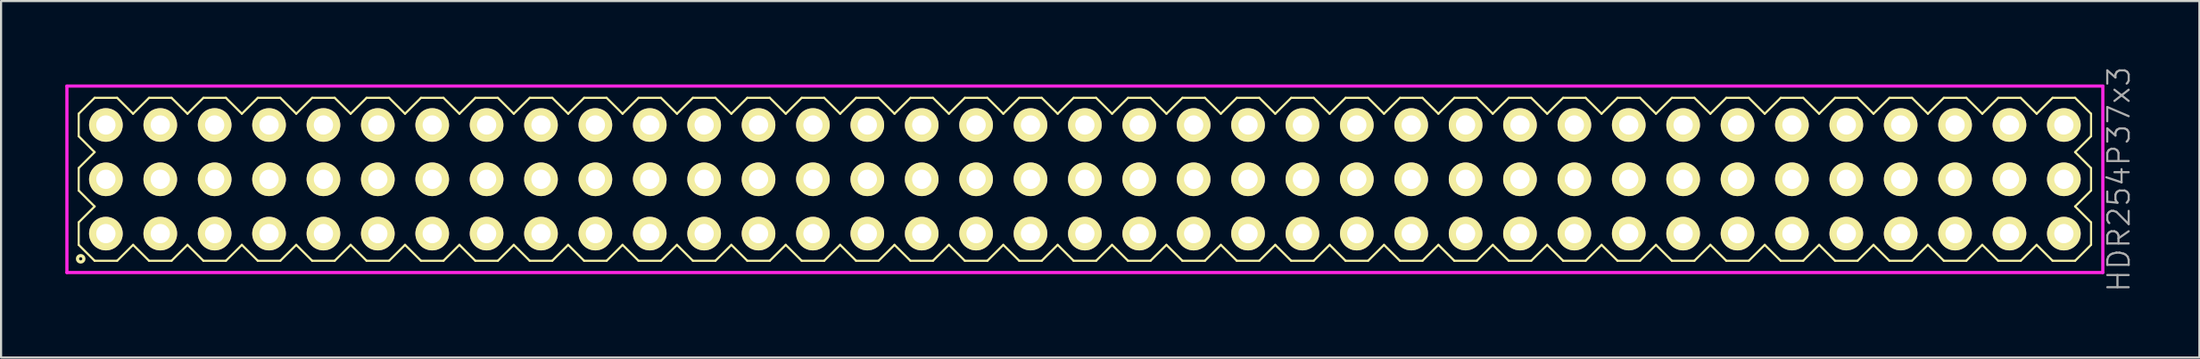
<source format=kicad_pcb>
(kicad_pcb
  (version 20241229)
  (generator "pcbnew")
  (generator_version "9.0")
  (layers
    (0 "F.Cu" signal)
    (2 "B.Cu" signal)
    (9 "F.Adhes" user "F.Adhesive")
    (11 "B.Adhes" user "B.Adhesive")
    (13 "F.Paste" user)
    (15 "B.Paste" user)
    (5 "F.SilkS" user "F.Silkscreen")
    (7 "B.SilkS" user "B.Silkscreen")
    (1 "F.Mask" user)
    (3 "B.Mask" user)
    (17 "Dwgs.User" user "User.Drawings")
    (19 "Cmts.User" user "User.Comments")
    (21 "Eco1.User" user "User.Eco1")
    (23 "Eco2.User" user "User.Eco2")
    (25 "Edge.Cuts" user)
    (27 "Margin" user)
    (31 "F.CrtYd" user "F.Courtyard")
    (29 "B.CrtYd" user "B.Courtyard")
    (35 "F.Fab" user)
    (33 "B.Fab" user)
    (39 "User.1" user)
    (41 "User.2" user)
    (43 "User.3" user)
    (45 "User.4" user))
  (footprint "HDR254P37x3"
    (layer "F.Cu")
    (at 47.615 5.336)
    (property "Reference" "HDR254P37x3" (at 48.29 0 90) (layer "F.Fab") (effects (font (size 1 1) (thickness 0.1))))
    (attr through_hole)
    (fp_line (start -46.99 -3.066) (end -46.246 -3.81) (stroke (width 0.1) (type solid)) (layer "F.SilkS"))
    (fp_line (start -46.99 -2.014) (end -46.99 -3.066) (stroke (width 0.1) (type solid)) (layer "F.SilkS"))
    (fp_line (start -46.99 -0.526) (end -46.246 -1.27) (stroke (width 0.1) (type solid)) (layer "F.SilkS"))
    (fp_line (start -46.99 0.526) (end -46.99 -0.526) (stroke (width 0.1) (type solid)) (layer "F.SilkS"))
    (fp_line (start -46.99 2.014) (end -46.246 1.27) (stroke (width 0.1) (type solid)) (layer "F.SilkS"))
    (fp_line (start -46.99 3.066) (end -46.99 2.014) (stroke (width 0.1) (type solid)) (layer "F.SilkS"))
    (fp_line (start -46.246 -3.81) (end -45.194 -3.81) (stroke (width 0.1) (type solid)) (layer "F.SilkS"))
    (fp_line (start -46.246 -1.27) (end -46.99 -2.014) (stroke (width 0.1) (type solid)) (layer "F.SilkS"))
    (fp_line (start -46.246 1.27) (end -46.99 0.526) (stroke (width 0.1) (type solid)) (layer "F.SilkS"))
    (fp_line (start -46.246 3.81) (end -46.99 3.066) (stroke (width 0.1) (type solid)) (layer "F.SilkS"))
    (fp_line (start -45.194 -3.81) (end -44.45 -3.066) (stroke (width 0.1) (type solid)) (layer "F.SilkS"))
    (fp_line (start -45.194 3.81) (end -46.246 3.81) (stroke (width 0.1) (type solid)) (layer "F.SilkS"))
    (fp_line (start -44.45 -3.066) (end -43.706 -3.81) (stroke (width 0.1) (type solid)) (layer "F.SilkS"))
    (fp_line (start -44.45 3.066) (end -45.194 3.81) (stroke (width 0.1) (type solid)) (layer "F.SilkS"))
    (fp_line (start -43.706 -3.81) (end -42.654 -3.81) (stroke (width 0.1) (type solid)) (layer "F.SilkS"))
    (fp_line (start -43.706 3.81) (end -44.45 3.066) (stroke (width 0.1) (type solid)) (layer "F.SilkS"))
    (fp_line (start -42.654 -3.81) (end -41.91 -3.066) (stroke (width 0.1) (type solid)) (layer "F.SilkS"))
    (fp_line (start -42.654 3.81) (end -43.706 3.81) (stroke (width 0.1) (type solid)) (layer "F.SilkS"))
    (fp_line (start -41.91 -3.066) (end -41.166 -3.81) (stroke (width 0.1) (type solid)) (layer "F.SilkS"))
    (fp_line (start -41.91 3.066) (end -42.654 3.81) (stroke (width 0.1) (type solid)) (layer "F.SilkS"))
    (fp_line (start -41.166 -3.81) (end -40.114 -3.81) (stroke (width 0.1) (type solid)) (layer "F.SilkS"))
    (fp_line (start -41.166 3.81) (end -41.91 3.066) (stroke (width 0.1) (type solid)) (layer "F.SilkS"))
    (fp_line (start -40.114 -3.81) (end -39.37 -3.066) (stroke (width 0.1) (type solid)) (layer "F.SilkS"))
    (fp_line (start -40.114 3.81) (end -41.166 3.81) (stroke (width 0.1) (type solid)) (layer "F.SilkS"))
    (fp_line (start -39.37 -3.066) (end -38.626 -3.81) (stroke (width 0.1) (type solid)) (layer "F.SilkS"))
    (fp_line (start -39.37 3.066) (end -40.114 3.81) (stroke (width 0.1) (type solid)) (layer "F.SilkS"))
    (fp_line (start -38.626 -3.81) (end -37.574 -3.81) (stroke (width 0.1) (type solid)) (layer "F.SilkS"))
    (fp_line (start -38.626 3.81) (end -39.37 3.066) (stroke (width 0.1) (type solid)) (layer "F.SilkS"))
    (fp_line (start -37.574 -3.81) (end -36.83 -3.066) (stroke (width 0.1) (type solid)) (layer "F.SilkS"))
    (fp_line (start -37.574 3.81) (end -38.626 3.81) (stroke (width 0.1) (type solid)) (layer "F.SilkS"))
    (fp_line (start -36.83 -3.066) (end -36.086 -3.81) (stroke (width 0.1) (type solid)) (layer "F.SilkS"))
    (fp_line (start -36.83 3.066) (end -37.574 3.81) (stroke (width 0.1) (type solid)) (layer "F.SilkS"))
    (fp_line (start -36.086 -3.81) (end -35.034 -3.81) (stroke (width 0.1) (type solid)) (layer "F.SilkS"))
    (fp_line (start -36.086 3.81) (end -36.83 3.066) (stroke (width 0.1) (type solid)) (layer "F.SilkS"))
    (fp_line (start -35.034 -3.81) (end -34.29 -3.066) (stroke (width 0.1) (type solid)) (layer "F.SilkS"))
    (fp_line (start -35.034 3.81) (end -36.086 3.81) (stroke (width 0.1) (type solid)) (layer "F.SilkS"))
    (fp_line (start -34.29 -3.066) (end -33.546 -3.81) (stroke (width 0.1) (type solid)) (layer "F.SilkS"))
    (fp_line (start -34.29 3.066) (end -35.034 3.81) (stroke (width 0.1) (type solid)) (layer "F.SilkS"))
    (fp_line (start -33.546 -3.81) (end -32.494 -3.81) (stroke (width 0.1) (type solid)) (layer "F.SilkS"))
    (fp_line (start -33.546 3.81) (end -34.29 3.066) (stroke (width 0.1) (type solid)) (layer "F.SilkS"))
    (fp_line (start -32.494 -3.81) (end -31.75 -3.066) (stroke (width 0.1) (type solid)) (layer "F.SilkS"))
    (fp_line (start -32.494 3.81) (end -33.546 3.81) (stroke (width 0.1) (type solid)) (layer "F.SilkS"))
    (fp_line (start -31.75 -3.066) (end -31.006 -3.81) (stroke (width 0.1) (type solid)) (layer "F.SilkS"))
    (fp_line (start -31.75 3.066) (end -32.494 3.81) (stroke (width 0.1) (type solid)) (layer "F.SilkS"))
    (fp_line (start -31.006 -3.81) (end -29.954 -3.81) (stroke (width 0.1) (type solid)) (layer "F.SilkS"))
    (fp_line (start -31.006 3.81) (end -31.75 3.066) (stroke (width 0.1) (type solid)) (layer "F.SilkS"))
    (fp_line (start -29.954 -3.81) (end -29.21 -3.066) (stroke (width 0.1) (type solid)) (layer "F.SilkS"))
    (fp_line (start -29.954 3.81) (end -31.006 3.81) (stroke (width 0.1) (type solid)) (layer "F.SilkS"))
    (fp_line (start -29.21 -3.066) (end -28.466 -3.81) (stroke (width 0.1) (type solid)) (layer "F.SilkS"))
    (fp_line (start -29.21 3.066) (end -29.954 3.81) (stroke (width 0.1) (type solid)) (layer "F.SilkS"))
    (fp_line (start -28.466 -3.81) (end -27.414 -3.81) (stroke (width 0.1) (type solid)) (layer "F.SilkS"))
    (fp_line (start -28.466 3.81) (end -29.21 3.066) (stroke (width 0.1) (type solid)) (layer "F.SilkS"))
    (fp_line (start -27.414 -3.81) (end -26.67 -3.066) (stroke (width 0.1) (type solid)) (layer "F.SilkS"))
    (fp_line (start -27.414 3.81) (end -28.466 3.81) (stroke (width 0.1) (type solid)) (layer "F.SilkS"))
    (fp_line (start -26.67 -3.066) (end -25.926 -3.81) (stroke (width 0.1) (type solid)) (layer "F.SilkS"))
    (fp_line (start -26.67 3.066) (end -27.414 3.81) (stroke (width 0.1) (type solid)) (layer "F.SilkS"))
    (fp_line (start -25.926 -3.81) (end -24.874 -3.81) (stroke (width 0.1) (type solid)) (layer "F.SilkS"))
    (fp_line (start -25.926 3.81) (end -26.67 3.066) (stroke (width 0.1) (type solid)) (layer "F.SilkS"))
    (fp_line (start -24.874 -3.81) (end -24.13 -3.066) (stroke (width 0.1) (type solid)) (layer "F.SilkS"))
    (fp_line (start -24.874 3.81) (end -25.926 3.81) (stroke (width 0.1) (type solid)) (layer "F.SilkS"))
    (fp_line (start -24.13 -3.066) (end -23.386 -3.81) (stroke (width 0.1) (type solid)) (layer "F.SilkS"))
    (fp_line (start -24.13 3.066) (end -24.874 3.81) (stroke (width 0.1) (type solid)) (layer "F.SilkS"))
    (fp_line (start -23.386 -3.81) (end -22.334 -3.81) (stroke (width 0.1) (type solid)) (layer "F.SilkS"))
    (fp_line (start -23.386 3.81) (end -24.13 3.066) (stroke (width 0.1) (type solid)) (layer "F.SilkS"))
    (fp_line (start -22.334 -3.81) (end -21.59 -3.066) (stroke (width 0.1) (type solid)) (layer "F.SilkS"))
    (fp_line (start -22.334 3.81) (end -23.386 3.81) (stroke (width 0.1) (type solid)) (layer "F.SilkS"))
    (fp_line (start -21.59 -3.066) (end -20.846 -3.81) (stroke (width 0.1) (type solid)) (layer "F.SilkS"))
    (fp_line (start -21.59 3.066) (end -22.334 3.81) (stroke (width 0.1) (type solid)) (layer "F.SilkS"))
    (fp_line (start -20.846 -3.81) (end -19.794 -3.81) (stroke (width 0.1) (type solid)) (layer "F.SilkS"))
    (fp_line (start -20.846 3.81) (end -21.59 3.066) (stroke (width 0.1) (type solid)) (layer "F.SilkS"))
    (fp_line (start -19.794 -3.81) (end -19.05 -3.066) (stroke (width 0.1) (type solid)) (layer "F.SilkS"))
    (fp_line (start -19.794 3.81) (end -20.846 3.81) (stroke (width 0.1) (type solid)) (layer "F.SilkS"))
    (fp_line (start -19.05 -3.066) (end -18.306 -3.81) (stroke (width 0.1) (type solid)) (layer "F.SilkS"))
    (fp_line (start -19.05 3.066) (end -19.794 3.81) (stroke (width 0.1) (type solid)) (layer "F.SilkS"))
    (fp_line (start -18.306 -3.81) (end -17.254 -3.81) (stroke (width 0.1) (type solid)) (layer "F.SilkS"))
    (fp_line (start -18.306 3.81) (end -19.05 3.066) (stroke (width 0.1) (type solid)) (layer "F.SilkS"))
    (fp_line (start -17.254 -3.81) (end -16.51 -3.066) (stroke (width 0.1) (type solid)) (layer "F.SilkS"))
    (fp_line (start -17.254 3.81) (end -18.306 3.81) (stroke (width 0.1) (type solid)) (layer "F.SilkS"))
    (fp_line (start -16.51 -3.066) (end -15.766 -3.81) (stroke (width 0.1) (type solid)) (layer "F.SilkS"))
    (fp_line (start -16.51 3.066) (end -17.254 3.81) (stroke (width 0.1) (type solid)) (layer "F.SilkS"))
    (fp_line (start -15.766 -3.81) (end -14.714 -3.81) (stroke (width 0.1) (type solid)) (layer "F.SilkS"))
    (fp_line (start -15.766 3.81) (end -16.51 3.066) (stroke (width 0.1) (type solid)) (layer "F.SilkS"))
    (fp_line (start -14.714 -3.81) (end -13.97 -3.066) (stroke (width 0.1) (type solid)) (layer "F.SilkS"))
    (fp_line (start -14.714 3.81) (end -15.766 3.81) (stroke (width 0.1) (type solid)) (layer "F.SilkS"))
    (fp_line (start -13.97 -3.066) (end -13.226 -3.81) (stroke (width 0.1) (type solid)) (layer "F.SilkS"))
    (fp_line (start -13.97 3.066) (end -14.714 3.81) (stroke (width 0.1) (type solid)) (layer "F.SilkS"))
    (fp_line (start -13.226 -3.81) (end -12.174 -3.81) (stroke (width 0.1) (type solid)) (layer "F.SilkS"))
    (fp_line (start -13.226 3.81) (end -13.97 3.066) (stroke (width 0.1) (type solid)) (layer "F.SilkS"))
    (fp_line (start -12.174 -3.81) (end -11.43 -3.066) (stroke (width 0.1) (type solid)) (layer "F.SilkS"))
    (fp_line (start -12.174 3.81) (end -13.226 3.81) (stroke (width 0.1) (type solid)) (layer "F.SilkS"))
    (fp_line (start -11.43 -3.066) (end -10.686 -3.81) (stroke (width 0.1) (type solid)) (layer "F.SilkS"))
    (fp_line (start -11.43 3.066) (end -12.174 3.81) (stroke (width 0.1) (type solid)) (layer "F.SilkS"))
    (fp_line (start -10.686 -3.81) (end -9.634 -3.81) (stroke (width 0.1) (type solid)) (layer "F.SilkS"))
    (fp_line (start -10.686 3.81) (end -11.43 3.066) (stroke (width 0.1) (type solid)) (layer "F.SilkS"))
    (fp_line (start -9.634 -3.81) (end -8.89 -3.066) (stroke (width 0.1) (type solid)) (layer "F.SilkS"))
    (fp_line (start -9.634 3.81) (end -10.686 3.81) (stroke (width 0.1) (type solid)) (layer "F.SilkS"))
    (fp_line (start -8.89 -3.066) (end -8.146 -3.81) (stroke (width 0.1) (type solid)) (layer "F.SilkS"))
    (fp_line (start -8.89 3.066) (end -9.634 3.81) (stroke (width 0.1) (type solid)) (layer "F.SilkS"))
    (fp_line (start -8.146 -3.81) (end -7.094 -3.81) (stroke (width 0.1) (type solid)) (layer "F.SilkS"))
    (fp_line (start -8.146 3.81) (end -8.89 3.066) (stroke (width 0.1) (type solid)) (layer "F.SilkS"))
    (fp_line (start -7.094 -3.81) (end -6.35 -3.066) (stroke (width 0.1) (type solid)) (layer "F.SilkS"))
    (fp_line (start -7.094 3.81) (end -8.146 3.81) (stroke (width 0.1) (type solid)) (layer "F.SilkS"))
    (fp_line (start -6.35 -3.066) (end -5.606 -3.81) (stroke (width 0.1) (type solid)) (layer "F.SilkS"))
    (fp_line (start -6.35 3.066) (end -7.094 3.81) (stroke (width 0.1) (type solid)) (layer "F.SilkS"))
    (fp_line (start -5.606 -3.81) (end -4.554 -3.81) (stroke (width 0.1) (type solid)) (layer "F.SilkS"))
    (fp_line (start -5.606 3.81) (end -6.35 3.066) (stroke (width 0.1) (type solid)) (layer "F.SilkS"))
    (fp_line (start -4.554 -3.81) (end -3.81 -3.066) (stroke (width 0.1) (type solid)) (layer "F.SilkS"))
    (fp_line (start -4.554 3.81) (end -5.606 3.81) (stroke (width 0.1) (type solid)) (layer "F.SilkS"))
    (fp_line (start -3.81 -3.066) (end -3.066 -3.81) (stroke (width 0.1) (type solid)) (layer "F.SilkS"))
    (fp_line (start -3.81 3.066) (end -4.554 3.81) (stroke (width 0.1) (type solid)) (layer "F.SilkS"))
    (fp_line (start -3.066 -3.81) (end -2.014 -3.81) (stroke (width 0.1) (type solid)) (layer "F.SilkS"))
    (fp_line (start -3.066 3.81) (end -3.81 3.066) (stroke (width 0.1) (type solid)) (layer "F.SilkS"))
    (fp_line (start -2.014 -3.81) (end -1.27 -3.066) (stroke (width 0.1) (type solid)) (layer "F.SilkS"))
    (fp_line (start -2.014 3.81) (end -3.066 3.81) (stroke (width 0.1) (type solid)) (layer "F.SilkS"))
    (fp_line (start -1.27 -3.066) (end -0.526 -3.81) (stroke (width 0.1) (type solid)) (layer "F.SilkS"))
    (fp_line (start -1.27 3.066) (end -2.014 3.81) (stroke (width 0.1) (type solid)) (layer "F.SilkS"))
    (fp_line (start -0.526 -3.81) (end 0.526 -3.81) (stroke (width 0.1) (type solid)) (layer "F.SilkS"))
    (fp_line (start -0.526 3.81) (end -1.27 3.066) (stroke (width 0.1) (type solid)) (layer "F.SilkS"))
    (fp_line (start 0.526 -3.81) (end 1.27 -3.066) (stroke (width 0.1) (type solid)) (layer "F.SilkS"))
    (fp_line (start 0.526 3.81) (end -0.526 3.81) (stroke (width 0.1) (type solid)) (layer "F.SilkS"))
    (fp_line (start 1.27 -3.066) (end 2.014 -3.81) (stroke (width 0.1) (type solid)) (layer "F.SilkS"))
    (fp_line (start 1.27 3.066) (end 0.526 3.81) (stroke (width 0.1) (type solid)) (layer "F.SilkS"))
    (fp_line (start 2.014 -3.81) (end 3.066 -3.81) (stroke (width 0.1) (type solid)) (layer "F.SilkS"))
    (fp_line (start 2.014 3.81) (end 1.27 3.066) (stroke (width 0.1) (type solid)) (layer "F.SilkS"))
    (fp_line (start 3.066 -3.81) (end 3.81 -3.066) (stroke (width 0.1) (type solid)) (layer "F.SilkS"))
    (fp_line (start 3.066 3.81) (end 2.014 3.81) (stroke (width 0.1) (type solid)) (layer "F.SilkS"))
    (fp_line (start 3.81 -3.066) (end 4.554 -3.81) (stroke (width 0.1) (type solid)) (layer "F.SilkS"))
    (fp_line (start 3.81 3.066) (end 3.066 3.81) (stroke (width 0.1) (type solid)) (layer "F.SilkS"))
    (fp_line (start 4.554 -3.81) (end 5.606 -3.81) (stroke (width 0.1) (type solid)) (layer "F.SilkS"))
    (fp_line (start 4.554 3.81) (end 3.81 3.066) (stroke (width 0.1) (type solid)) (layer "F.SilkS"))
    (fp_line (start 5.606 -3.81) (end 6.35 -3.066) (stroke (width 0.1) (type solid)) (layer "F.SilkS"))
    (fp_line (start 5.606 3.81) (end 4.554 3.81) (stroke (width 0.1) (type solid)) (layer "F.SilkS"))
    (fp_line (start 6.35 -3.066) (end 7.094 -3.81) (stroke (width 0.1) (type solid)) (layer "F.SilkS"))
    (fp_line (start 6.35 3.066) (end 5.606 3.81) (stroke (width 0.1) (type solid)) (layer "F.SilkS"))
    (fp_line (start 7.094 -3.81) (end 8.146 -3.81) (stroke (width 0.1) (type solid)) (layer "F.SilkS"))
    (fp_line (start 7.094 3.81) (end 6.35 3.066) (stroke (width 0.1) (type solid)) (layer "F.SilkS"))
    (fp_line (start 8.146 -3.81) (end 8.89 -3.066) (stroke (width 0.1) (type solid)) (layer "F.SilkS"))
    (fp_line (start 8.146 3.81) (end 7.094 3.81) (stroke (width 0.1) (type solid)) (layer "F.SilkS"))
    (fp_line (start 8.89 -3.066) (end 9.634 -3.81) (stroke (width 0.1) (type solid)) (layer "F.SilkS"))
    (fp_line (start 8.89 3.066) (end 8.146 3.81) (stroke (width 0.1) (type solid)) (layer "F.SilkS"))
    (fp_line (start 9.634 -3.81) (end 10.686 -3.81) (stroke (width 0.1) (type solid)) (layer "F.SilkS"))
    (fp_line (start 9.634 3.81) (end 8.89 3.066) (stroke (width 0.1) (type solid)) (layer "F.SilkS"))
    (fp_line (start 10.686 -3.81) (end 11.43 -3.066) (stroke (width 0.1) (type solid)) (layer "F.SilkS"))
    (fp_line (start 10.686 3.81) (end 9.634 3.81) (stroke (width 0.1) (type solid)) (layer "F.SilkS"))
    (fp_line (start 11.43 -3.066) (end 12.174 -3.81) (stroke (width 0.1) (type solid)) (layer "F.SilkS"))
    (fp_line (start 11.43 3.066) (end 10.686 3.81) (stroke (width 0.1) (type solid)) (layer "F.SilkS"))
    (fp_line (start 12.174 -3.81) (end 13.226 -3.81) (stroke (width 0.1) (type solid)) (layer "F.SilkS"))
    (fp_line (start 12.174 3.81) (end 11.43 3.066) (stroke (width 0.1) (type solid)) (layer "F.SilkS"))
    (fp_line (start 13.226 -3.81) (end 13.97 -3.066) (stroke (width 0.1) (type solid)) (layer "F.SilkS"))
    (fp_line (start 13.226 3.81) (end 12.174 3.81) (stroke (width 0.1) (type solid)) (layer "F.SilkS"))
    (fp_line (start 13.97 -3.066) (end 14.714 -3.81) (stroke (width 0.1) (type solid)) (layer "F.SilkS"))
    (fp_line (start 13.97 3.066) (end 13.226 3.81) (stroke (width 0.1) (type solid)) (layer "F.SilkS"))
    (fp_line (start 14.714 -3.81) (end 15.766 -3.81) (stroke (width 0.1) (type solid)) (layer "F.SilkS"))
    (fp_line (start 14.714 3.81) (end 13.97 3.066) (stroke (width 0.1) (type solid)) (layer "F.SilkS"))
    (fp_line (start 15.766 -3.81) (end 16.51 -3.066) (stroke (width 0.1) (type solid)) (layer "F.SilkS"))
    (fp_line (start 15.766 3.81) (end 14.714 3.81) (stroke (width 0.1) (type solid)) (layer "F.SilkS"))
    (fp_line (start 16.51 -3.066) (end 17.254 -3.81) (stroke (width 0.1) (type solid)) (layer "F.SilkS"))
    (fp_line (start 16.51 3.066) (end 15.766 3.81) (stroke (width 0.1) (type solid)) (layer "F.SilkS"))
    (fp_line (start 17.254 -3.81) (end 18.306 -3.81) (stroke (width 0.1) (type solid)) (layer "F.SilkS"))
    (fp_line (start 17.254 3.81) (end 16.51 3.066) (stroke (width 0.1) (type solid)) (layer "F.SilkS"))
    (fp_line (start 18.306 -3.81) (end 19.05 -3.066) (stroke (width 0.1) (type solid)) (layer "F.SilkS"))
    (fp_line (start 18.306 3.81) (end 17.254 3.81) (stroke (width 0.1) (type solid)) (layer "F.SilkS"))
    (fp_line (start 19.05 -3.066) (end 19.794 -3.81) (stroke (width 0.1) (type solid)) (layer "F.SilkS"))
    (fp_line (start 19.05 3.066) (end 18.306 3.81) (stroke (width 0.1) (type solid)) (layer "F.SilkS"))
    (fp_line (start 19.794 -3.81) (end 20.846 -3.81) (stroke (width 0.1) (type solid)) (layer "F.SilkS"))
    (fp_line (start 19.794 3.81) (end 19.05 3.066) (stroke (width 0.1) (type solid)) (layer "F.SilkS"))
    (fp_line (start 20.846 -3.81) (end 21.59 -3.066) (stroke (width 0.1) (type solid)) (layer "F.SilkS"))
    (fp_line (start 20.846 3.81) (end 19.794 3.81) (stroke (width 0.1) (type solid)) (layer "F.SilkS"))
    (fp_line (start 21.59 -3.066) (end 22.334 -3.81) (stroke (width 0.1) (type solid)) (layer "F.SilkS"))
    (fp_line (start 21.59 3.066) (end 20.846 3.81) (stroke (width 0.1) (type solid)) (layer "F.SilkS"))
    (fp_line (start 22.334 -3.81) (end 23.386 -3.81) (stroke (width 0.1) (type solid)) (layer "F.SilkS"))
    (fp_line (start 22.334 3.81) (end 21.59 3.066) (stroke (width 0.1) (type solid)) (layer "F.SilkS"))
    (fp_line (start 23.386 -3.81) (end 24.13 -3.066) (stroke (width 0.1) (type solid)) (layer "F.SilkS"))
    (fp_line (start 23.386 3.81) (end 22.334 3.81) (stroke (width 0.1) (type solid)) (layer "F.SilkS"))
    (fp_line (start 24.13 -3.066) (end 24.874 -3.81) (stroke (width 0.1) (type solid)) (layer "F.SilkS"))
    (fp_line (start 24.13 3.066) (end 23.386 3.81) (stroke (width 0.1) (type solid)) (layer "F.SilkS"))
    (fp_line (start 24.874 -3.81) (end 25.926 -3.81) (stroke (width 0.1) (type solid)) (layer "F.SilkS"))
    (fp_line (start 24.874 3.81) (end 24.13 3.066) (stroke (width 0.1) (type solid)) (layer "F.SilkS"))
    (fp_line (start 25.926 -3.81) (end 26.67 -3.066) (stroke (width 0.1) (type solid)) (layer "F.SilkS"))
    (fp_line (start 25.926 3.81) (end 24.874 3.81) (stroke (width 0.1) (type solid)) (layer "F.SilkS"))
    (fp_line (start 26.67 -3.066) (end 27.414 -3.81) (stroke (width 0.1) (type solid)) (layer "F.SilkS"))
    (fp_line (start 26.67 3.066) (end 25.926 3.81) (stroke (width 0.1) (type solid)) (layer "F.SilkS"))
    (fp_line (start 27.414 -3.81) (end 28.466 -3.81) (stroke (width 0.1) (type solid)) (layer "F.SilkS"))
    (fp_line (start 27.414 3.81) (end 26.67 3.066) (stroke (width 0.1) (type solid)) (layer "F.SilkS"))
    (fp_line (start 28.466 -3.81) (end 29.21 -3.066) (stroke (width 0.1) (type solid)) (layer "F.SilkS"))
    (fp_line (start 28.466 3.81) (end 27.414 3.81) (stroke (width 0.1) (type solid)) (layer "F.SilkS"))
    (fp_line (start 29.21 -3.066) (end 29.954 -3.81) (stroke (width 0.1) (type solid)) (layer "F.SilkS"))
    (fp_line (start 29.21 3.066) (end 28.466 3.81) (stroke (width 0.1) (type solid)) (layer "F.SilkS"))
    (fp_line (start 29.954 -3.81) (end 31.006 -3.81) (stroke (width 0.1) (type solid)) (layer "F.SilkS"))
    (fp_line (start 29.954 3.81) (end 29.21 3.066) (stroke (width 0.1) (type solid)) (layer "F.SilkS"))
    (fp_line (start 31.006 -3.81) (end 31.75 -3.066) (stroke (width 0.1) (type solid)) (layer "F.SilkS"))
    (fp_line (start 31.006 3.81) (end 29.954 3.81) (stroke (width 0.1) (type solid)) (layer "F.SilkS"))
    (fp_line (start 31.75 -3.066) (end 32.494 -3.81) (stroke (width 0.1) (type solid)) (layer "F.SilkS"))
    (fp_line (start 31.75 3.066) (end 31.006 3.81) (stroke (width 0.1) (type solid)) (layer "F.SilkS"))
    (fp_line (start 32.494 -3.81) (end 33.546 -3.81) (stroke (width 0.1) (type solid)) (layer "F.SilkS"))
    (fp_line (start 32.494 3.81) (end 31.75 3.066) (stroke (width 0.1) (type solid)) (layer "F.SilkS"))
    (fp_line (start 33.546 -3.81) (end 34.29 -3.066) (stroke (width 0.1) (type solid)) (layer "F.SilkS"))
    (fp_line (start 33.546 3.81) (end 32.494 3.81) (stroke (width 0.1) (type solid)) (layer "F.SilkS"))
    (fp_line (start 34.29 -3.066) (end 35.034 -3.81) (stroke (width 0.1) (type solid)) (layer "F.SilkS"))
    (fp_line (start 34.29 3.066) (end 33.546 3.81) (stroke (width 0.1) (type solid)) (layer "F.SilkS"))
    (fp_line (start 35.034 -3.81) (end 36.086 -3.81) (stroke (width 0.1) (type solid)) (layer "F.SilkS"))
    (fp_line (start 35.034 3.81) (end 34.29 3.066) (stroke (width 0.1) (type solid)) (layer "F.SilkS"))
    (fp_line (start 36.086 -3.81) (end 36.83 -3.066) (stroke (width 0.1) (type solid)) (layer "F.SilkS"))
    (fp_line (start 36.086 3.81) (end 35.034 3.81) (stroke (width 0.1) (type solid)) (layer "F.SilkS"))
    (fp_line (start 36.83 -3.066) (end 37.574 -3.81) (stroke (width 0.1) (type solid)) (layer "F.SilkS"))
    (fp_line (start 36.83 3.066) (end 36.086 3.81) (stroke (width 0.1) (type solid)) (layer "F.SilkS"))
    (fp_line (start 37.574 -3.81) (end 38.626 -3.81) (stroke (width 0.1) (type solid)) (layer "F.SilkS"))
    (fp_line (start 37.574 3.81) (end 36.83 3.066) (stroke (width 0.1) (type solid)) (layer "F.SilkS"))
    (fp_line (start 38.626 -3.81) (end 39.37 -3.066) (stroke (width 0.1) (type solid)) (layer "F.SilkS"))
    (fp_line (start 38.626 3.81) (end 37.574 3.81) (stroke (width 0.1) (type solid)) (layer "F.SilkS"))
    (fp_line (start 39.37 -3.066) (end 40.114 -3.81) (stroke (width 0.1) (type solid)) (layer "F.SilkS"))
    (fp_line (start 39.37 3.066) (end 38.626 3.81) (stroke (width 0.1) (type solid)) (layer "F.SilkS"))
    (fp_line (start 40.114 -3.81) (end 41.166 -3.81) (stroke (width 0.1) (type solid)) (layer "F.SilkS"))
    (fp_line (start 40.114 3.81) (end 39.37 3.066) (stroke (width 0.1) (type solid)) (layer "F.SilkS"))
    (fp_line (start 41.166 -3.81) (end 41.91 -3.066) (stroke (width 0.1) (type solid)) (layer "F.SilkS"))
    (fp_line (start 41.166 3.81) (end 40.114 3.81) (stroke (width 0.1) (type solid)) (layer "F.SilkS"))
    (fp_line (start 41.91 -3.066) (end 42.654 -3.81) (stroke (width 0.1) (type solid)) (layer "F.SilkS"))
    (fp_line (start 41.91 3.066) (end 41.166 3.81) (stroke (width 0.1) (type solid)) (layer "F.SilkS"))
    (fp_line (start 42.654 -3.81) (end 43.706 -3.81) (stroke (width 0.1) (type solid)) (layer "F.SilkS"))
    (fp_line (start 42.654 3.81) (end 41.91 3.066) (stroke (width 0.1) (type solid)) (layer "F.SilkS"))
    (fp_line (start 43.706 -3.81) (end 44.45 -3.066) (stroke (width 0.1) (type solid)) (layer "F.SilkS"))
    (fp_line (start 43.706 3.81) (end 42.654 3.81) (stroke (width 0.1) (type solid)) (layer "F.SilkS"))
    (fp_line (start 44.45 -3.066) (end 45.194 -3.81) (stroke (width 0.1) (type solid)) (layer "F.SilkS"))
    (fp_line (start 44.45 3.066) (end 43.706 3.81) (stroke (width 0.1) (type solid)) (layer "F.SilkS"))
    (fp_line (start 45.194 -3.81) (end 46.246 -3.81) (stroke (width 0.1) (type solid)) (layer "F.SilkS"))
    (fp_line (start 45.194 3.81) (end 44.45 3.066) (stroke (width 0.1) (type solid)) (layer "F.SilkS"))
    (fp_line (start 46.246 -3.81) (end 46.99 -3.066) (stroke (width 0.1) (type solid)) (layer "F.SilkS"))
    (fp_line (start 46.246 -1.27) (end 46.99 -0.526) (stroke (width 0.1) (type solid)) (layer "F.SilkS"))
    (fp_line (start 46.246 1.27) (end 46.99 2.014) (stroke (width 0.1) (type solid)) (layer "F.SilkS"))
    (fp_line (start 46.246 3.81) (end 45.194 3.81) (stroke (width 0.1) (type solid)) (layer "F.SilkS"))
    (fp_line (start 46.99 -3.066) (end 46.99 -2.014) (stroke (width 0.1) (type solid)) (layer "F.SilkS"))
    (fp_line (start 46.99 -2.014) (end 46.246 -1.27) (stroke (width 0.1) (type solid)) (layer "F.SilkS"))
    (fp_line (start 46.99 -0.526) (end 46.99 0.526) (stroke (width 0.1) (type solid)) (layer "F.SilkS"))
    (fp_line (start 46.99 0.526) (end 46.246 1.27) (stroke (width 0.1) (type solid)) (layer "F.SilkS"))
    (fp_line (start 46.99 2.014) (end 46.99 3.066) (stroke (width 0.1) (type solid)) (layer "F.SilkS"))
    (fp_line (start 46.99 3.066) (end 46.246 3.81) (stroke (width 0.1) (type solid)) (layer "F.SilkS"))
    (fp_circle (center -46.897 3.718) (end -46.747 3.718) (stroke (width 0.15) (type solid)) (fill no) (layer "F.SilkS"))
    (fp_line (start -47.54 -4.36) (end -47.54 4.36) (stroke (width 0.15) (type solid)) (layer "F.CrtYd"))
    (fp_line (start -47.54 4.36) (end 47.54 4.36) (stroke (width 0.15) (type solid)) (layer "F.CrtYd"))
    (fp_line (start 47.54 -4.36) (end -47.54 -4.36) (stroke (width 0.15) (type solid)) (layer "F.CrtYd"))
    (fp_line (start 47.54 4.36) (end 47.54 -4.36) (stroke (width 0.15) (type solid)) (layer "F.CrtYd"))
    (pad "1" thru_hole oval (at -45.72 2.54) (size 1.57 1.57) (drill 0.9) (layers "*.Cu" "*.Mask" "F.SilkS"))
    (pad "2" thru_hole oval (at -45.72 0) (size 1.57 1.57) (drill 0.9) (layers "*.Cu" "*.Mask" "F.SilkS"))
    (pad "3" thru_hole oval (at -45.72 -2.54) (size 1.57 1.57) (drill 0.9) (layers "*.Cu" "*.Mask" "F.SilkS"))
    (pad "4" thru_hole oval (at -43.18 2.54) (size 1.57 1.57) (drill 0.9) (layers "*.Cu" "*.Mask" "F.SilkS"))
    (pad "5" thru_hole oval (at -43.18 0) (size 1.57 1.57) (drill 0.9) (layers "*.Cu" "*.Mask" "F.SilkS"))
    (pad "6" thru_hole oval (at -43.18 -2.54) (size 1.57 1.57) (drill 0.9) (layers "*.Cu" "*.Mask" "F.SilkS"))
    (pad "7" thru_hole oval (at -40.64 2.54) (size 1.57 1.57) (drill 0.9) (layers "*.Cu" "*.Mask" "F.SilkS"))
    (pad "8" thru_hole oval (at -40.64 0) (size 1.57 1.57) (drill 0.9) (layers "*.Cu" "*.Mask" "F.SilkS"))
    (pad "9" thru_hole oval (at -40.64 -2.54) (size 1.57 1.57) (drill 0.9) (layers "*.Cu" "*.Mask" "F.SilkS"))
    (pad "10" thru_hole oval (at -38.1 2.54) (size 1.57 1.57) (drill 0.9) (layers "*.Cu" "*.Mask" "F.SilkS"))
    (pad "11" thru_hole oval (at -38.1 0) (size 1.57 1.57) (drill 0.9) (layers "*.Cu" "*.Mask" "F.SilkS"))
    (pad "12" thru_hole oval (at -38.1 -2.54) (size 1.57 1.57) (drill 0.9) (layers "*.Cu" "*.Mask" "F.SilkS"))
    (pad "13" thru_hole oval (at -35.56 2.54) (size 1.57 1.57) (drill 0.9) (layers "*.Cu" "*.Mask" "F.SilkS"))
    (pad "14" thru_hole oval (at -35.56 0) (size 1.57 1.57) (drill 0.9) (layers "*.Cu" "*.Mask" "F.SilkS"))
    (pad "15" thru_hole oval (at -35.56 -2.54) (size 1.57 1.57) (drill 0.9) (layers "*.Cu" "*.Mask" "F.SilkS"))
    (pad "16" thru_hole oval (at -33.02 2.54) (size 1.57 1.57) (drill 0.9) (layers "*.Cu" "*.Mask" "F.SilkS"))
    (pad "17" thru_hole oval (at -33.02 0) (size 1.57 1.57) (drill 0.9) (layers "*.Cu" "*.Mask" "F.SilkS"))
    (pad "18" thru_hole oval (at -33.02 -2.54) (size 1.57 1.57) (drill 0.9) (layers "*.Cu" "*.Mask" "F.SilkS"))
    (pad "19" thru_hole oval (at -30.48 2.54) (size 1.57 1.57) (drill 0.9) (layers "*.Cu" "*.Mask" "F.SilkS"))
    (pad "20" thru_hole oval (at -30.48 0) (size 1.57 1.57) (drill 0.9) (layers "*.Cu" "*.Mask" "F.SilkS"))
    (pad "21" thru_hole oval (at -30.48 -2.54) (size 1.57 1.57) (drill 0.9) (layers "*.Cu" "*.Mask" "F.SilkS"))
    (pad "22" thru_hole oval (at -27.94 2.54) (size 1.57 1.57) (drill 0.9) (layers "*.Cu" "*.Mask" "F.SilkS"))
    (pad "23" thru_hole oval (at -27.94 0) (size 1.57 1.57) (drill 0.9) (layers "*.Cu" "*.Mask" "F.SilkS"))
    (pad "24" thru_hole oval (at -27.94 -2.54) (size 1.57 1.57) (drill 0.9) (layers "*.Cu" "*.Mask" "F.SilkS"))
    (pad "25" thru_hole oval (at -25.4 2.54) (size 1.57 1.57) (drill 0.9) (layers "*.Cu" "*.Mask" "F.SilkS"))
    (pad "26" thru_hole oval (at -25.4 0) (size 1.57 1.57) (drill 0.9) (layers "*.Cu" "*.Mask" "F.SilkS"))
    (pad "27" thru_hole oval (at -25.4 -2.54) (size 1.57 1.57) (drill 0.9) (layers "*.Cu" "*.Mask" "F.SilkS"))
    (pad "28" thru_hole oval (at -22.86 2.54) (size 1.57 1.57) (drill 0.9) (layers "*.Cu" "*.Mask" "F.SilkS"))
    (pad "29" thru_hole oval (at -22.86 0) (size 1.57 1.57) (drill 0.9) (layers "*.Cu" "*.Mask" "F.SilkS"))
    (pad "30" thru_hole oval (at -22.86 -2.54) (size 1.57 1.57) (drill 0.9) (layers "*.Cu" "*.Mask" "F.SilkS"))
    (pad "31" thru_hole oval (at -20.32 2.54) (size 1.57 1.57) (drill 0.9) (layers "*.Cu" "*.Mask" "F.SilkS"))
    (pad "32" thru_hole oval (at -20.32 0) (size 1.57 1.57) (drill 0.9) (layers "*.Cu" "*.Mask" "F.SilkS"))
    (pad "33" thru_hole oval (at -20.32 -2.54) (size 1.57 1.57) (drill 0.9) (layers "*.Cu" "*.Mask" "F.SilkS"))
    (pad "34" thru_hole oval (at -17.78 2.54) (size 1.57 1.57) (drill 0.9) (layers "*.Cu" "*.Mask" "F.SilkS"))
    (pad "35" thru_hole oval (at -17.78 0) (size 1.57 1.57) (drill 0.9) (layers "*.Cu" "*.Mask" "F.SilkS"))
    (pad "36" thru_hole oval (at -17.78 -2.54) (size 1.57 1.57) (drill 0.9) (layers "*.Cu" "*.Mask" "F.SilkS"))
    (pad "37" thru_hole oval (at -15.24 2.54) (size 1.57 1.57) (drill 0.9) (layers "*.Cu" "*.Mask" "F.SilkS"))
    (pad "38" thru_hole oval (at -15.24 0) (size 1.57 1.57) (drill 0.9) (layers "*.Cu" "*.Mask" "F.SilkS"))
    (pad "39" thru_hole oval (at -15.24 -2.54) (size 1.57 1.57) (drill 0.9) (layers "*.Cu" "*.Mask" "F.SilkS"))
    (pad "40" thru_hole oval (at -12.7 2.54) (size 1.57 1.57) (drill 0.9) (layers "*.Cu" "*.Mask" "F.SilkS"))
    (pad "41" thru_hole oval (at -12.7 0) (size 1.57 1.57) (drill 0.9) (layers "*.Cu" "*.Mask" "F.SilkS"))
    (pad "42" thru_hole oval (at -12.7 -2.54) (size 1.57 1.57) (drill 0.9) (layers "*.Cu" "*.Mask" "F.SilkS"))
    (pad "43" thru_hole oval (at -10.16 2.54) (size 1.57 1.57) (drill 0.9) (layers "*.Cu" "*.Mask" "F.SilkS"))
    (pad "44" thru_hole oval (at -10.16 0) (size 1.57 1.57) (drill 0.9) (layers "*.Cu" "*.Mask" "F.SilkS"))
    (pad "45" thru_hole oval (at -10.16 -2.54) (size 1.57 1.57) (drill 0.9) (layers "*.Cu" "*.Mask" "F.SilkS"))
    (pad "46" thru_hole oval (at -7.62 2.54) (size 1.57 1.57) (drill 0.9) (layers "*.Cu" "*.Mask" "F.SilkS"))
    (pad "47" thru_hole oval (at -7.62 0) (size 1.57 1.57) (drill 0.9) (layers "*.Cu" "*.Mask" "F.SilkS"))
    (pad "48" thru_hole oval (at -7.62 -2.54) (size 1.57 1.57) (drill 0.9) (layers "*.Cu" "*.Mask" "F.SilkS"))
    (pad "49" thru_hole oval (at -5.08 2.54) (size 1.57 1.57) (drill 0.9) (layers "*.Cu" "*.Mask" "F.SilkS"))
    (pad "50" thru_hole oval (at -5.08 0) (size 1.57 1.57) (drill 0.9) (layers "*.Cu" "*.Mask" "F.SilkS"))
    (pad "51" thru_hole oval (at -5.08 -2.54) (size 1.57 1.57) (drill 0.9) (layers "*.Cu" "*.Mask" "F.SilkS"))
    (pad "52" thru_hole oval (at -2.54 2.54) (size 1.57 1.57) (drill 0.9) (layers "*.Cu" "*.Mask" "F.SilkS"))
    (pad "53" thru_hole oval (at -2.54 0) (size 1.57 1.57) (drill 0.9) (layers "*.Cu" "*.Mask" "F.SilkS"))
    (pad "54" thru_hole oval (at -2.54 -2.54) (size 1.57 1.57) (drill 0.9) (layers "*.Cu" "*.Mask" "F.SilkS"))
    (pad "55" thru_hole oval (at 0 2.54) (size 1.57 1.57) (drill 0.9) (layers "*.Cu" "*.Mask" "F.SilkS"))
    (pad "56" thru_hole oval (at 0 0) (size 1.57 1.57) (drill 0.9) (layers "*.Cu" "*.Mask" "F.SilkS"))
    (pad "57" thru_hole oval (at 0 -2.54) (size 1.57 1.57) (drill 0.9) (layers "*.Cu" "*.Mask" "F.SilkS"))
    (pad "58" thru_hole oval (at 2.54 2.54) (size 1.57 1.57) (drill 0.9) (layers "*.Cu" "*.Mask" "F.SilkS"))
    (pad "59" thru_hole oval (at 2.54 0) (size 1.57 1.57) (drill 0.9) (layers "*.Cu" "*.Mask" "F.SilkS"))
    (pad "60" thru_hole oval (at 2.54 -2.54) (size 1.57 1.57) (drill 0.9) (layers "*.Cu" "*.Mask" "F.SilkS"))
    (pad "61" thru_hole oval (at 5.08 2.54) (size 1.57 1.57) (drill 0.9) (layers "*.Cu" "*.Mask" "F.SilkS"))
    (pad "62" thru_hole oval (at 5.08 0) (size 1.57 1.57) (drill 0.9) (layers "*.Cu" "*.Mask" "F.SilkS"))
    (pad "63" thru_hole oval (at 5.08 -2.54) (size 1.57 1.57) (drill 0.9) (layers "*.Cu" "*.Mask" "F.SilkS"))
    (pad "64" thru_hole oval (at 7.62 2.54) (size 1.57 1.57) (drill 0.9) (layers "*.Cu" "*.Mask" "F.SilkS"))
    (pad "65" thru_hole oval (at 7.62 0) (size 1.57 1.57) (drill 0.9) (layers "*.Cu" "*.Mask" "F.SilkS"))
    (pad "66" thru_hole oval (at 7.62 -2.54) (size 1.57 1.57) (drill 0.9) (layers "*.Cu" "*.Mask" "F.SilkS"))
    (pad "67" thru_hole oval (at 10.16 2.54) (size 1.57 1.57) (drill 0.9) (layers "*.Cu" "*.Mask" "F.SilkS"))
    (pad "68" thru_hole oval (at 10.16 0) (size 1.57 1.57) (drill 0.9) (layers "*.Cu" "*.Mask" "F.SilkS"))
    (pad "69" thru_hole oval (at 10.16 -2.54) (size 1.57 1.57) (drill 0.9) (layers "*.Cu" "*.Mask" "F.SilkS"))
    (pad "70" thru_hole oval (at 12.7 2.54) (size 1.57 1.57) (drill 0.9) (layers "*.Cu" "*.Mask" "F.SilkS"))
    (pad "71" thru_hole oval (at 12.7 0) (size 1.57 1.57) (drill 0.9) (layers "*.Cu" "*.Mask" "F.SilkS"))
    (pad "72" thru_hole oval (at 12.7 -2.54) (size 1.57 1.57) (drill 0.9) (layers "*.Cu" "*.Mask" "F.SilkS"))
    (pad "73" thru_hole oval (at 15.24 2.54) (size 1.57 1.57) (drill 0.9) (layers "*.Cu" "*.Mask" "F.SilkS"))
    (pad "74" thru_hole oval (at 15.24 0) (size 1.57 1.57) (drill 0.9) (layers "*.Cu" "*.Mask" "F.SilkS"))
    (pad "75" thru_hole oval (at 15.24 -2.54) (size 1.57 1.57) (drill 0.9) (layers "*.Cu" "*.Mask" "F.SilkS"))
    (pad "76" thru_hole oval (at 17.78 2.54) (size 1.57 1.57) (drill 0.9) (layers "*.Cu" "*.Mask" "F.SilkS"))
    (pad "77" thru_hole oval (at 17.78 0) (size 1.57 1.57) (drill 0.9) (layers "*.Cu" "*.Mask" "F.SilkS"))
    (pad "78" thru_hole oval (at 17.78 -2.54) (size 1.57 1.57) (drill 0.9) (layers "*.Cu" "*.Mask" "F.SilkS"))
    (pad "79" thru_hole oval (at 20.32 2.54) (size 1.57 1.57) (drill 0.9) (layers "*.Cu" "*.Mask" "F.SilkS"))
    (pad "80" thru_hole oval (at 20.32 0) (size 1.57 1.57) (drill 0.9) (layers "*.Cu" "*.Mask" "F.SilkS"))
    (pad "81" thru_hole oval (at 20.32 -2.54) (size 1.57 1.57) (drill 0.9) (layers "*.Cu" "*.Mask" "F.SilkS"))
    (pad "82" thru_hole oval (at 22.86 2.54) (size 1.57 1.57) (drill 0.9) (layers "*.Cu" "*.Mask" "F.SilkS"))
    (pad "83" thru_hole oval (at 22.86 0) (size 1.57 1.57) (drill 0.9) (layers "*.Cu" "*.Mask" "F.SilkS"))
    (pad "84" thru_hole oval (at 22.86 -2.54) (size 1.57 1.57) (drill 0.9) (layers "*.Cu" "*.Mask" "F.SilkS"))
    (pad "85" thru_hole oval (at 25.4 2.54) (size 1.57 1.57) (drill 0.9) (layers "*.Cu" "*.Mask" "F.SilkS"))
    (pad "86" thru_hole oval (at 25.4 0) (size 1.57 1.57) (drill 0.9) (layers "*.Cu" "*.Mask" "F.SilkS"))
    (pad "87" thru_hole oval (at 25.4 -2.54) (size 1.57 1.57) (drill 0.9) (layers "*.Cu" "*.Mask" "F.SilkS"))
    (pad "88" thru_hole oval (at 27.94 2.54) (size 1.57 1.57) (drill 0.9) (layers "*.Cu" "*.Mask" "F.SilkS"))
    (pad "89" thru_hole oval (at 27.94 0) (size 1.57 1.57) (drill 0.9) (layers "*.Cu" "*.Mask" "F.SilkS"))
    (pad "90" thru_hole oval (at 27.94 -2.54) (size 1.57 1.57) (drill 0.9) (layers "*.Cu" "*.Mask" "F.SilkS"))
    (pad "91" thru_hole oval (at 30.48 2.54) (size 1.57 1.57) (drill 0.9) (layers "*.Cu" "*.Mask" "F.SilkS"))
    (pad "92" thru_hole oval (at 30.48 0) (size 1.57 1.57) (drill 0.9) (layers "*.Cu" "*.Mask" "F.SilkS"))
    (pad "93" thru_hole oval (at 30.48 -2.54) (size 1.57 1.57) (drill 0.9) (layers "*.Cu" "*.Mask" "F.SilkS"))
    (pad "94" thru_hole oval (at 33.02 2.54) (size 1.57 1.57) (drill 0.9) (layers "*.Cu" "*.Mask" "F.SilkS"))
    (pad "95" thru_hole oval (at 33.02 0) (size 1.57 1.57) (drill 0.9) (layers "*.Cu" "*.Mask" "F.SilkS"))
    (pad "96" thru_hole oval (at 33.02 -2.54) (size 1.57 1.57) (drill 0.9) (layers "*.Cu" "*.Mask" "F.SilkS"))
    (pad "97" thru_hole oval (at 35.56 2.54) (size 1.57 1.57) (drill 0.9) (layers "*.Cu" "*.Mask" "F.SilkS"))
    (pad "98" thru_hole oval (at 35.56 0) (size 1.57 1.57) (drill 0.9) (layers "*.Cu" "*.Mask" "F.SilkS"))
    (pad "99" thru_hole oval (at 35.56 -2.54) (size 1.57 1.57) (drill 0.9) (layers "*.Cu" "*.Mask" "F.SilkS"))
    (pad "100" thru_hole oval (at 38.1 2.54) (size 1.57 1.57) (drill 0.9) (layers "*.Cu" "*.Mask" "F.SilkS"))
    (pad "101" thru_hole oval (at 38.1 0) (size 1.57 1.57) (drill 0.9) (layers "*.Cu" "*.Mask" "F.SilkS"))
    (pad "102" thru_hole oval (at 38.1 -2.54) (size 1.57 1.57) (drill 0.9) (layers "*.Cu" "*.Mask" "F.SilkS"))
    (pad "103" thru_hole oval (at 40.64 2.54) (size 1.57 1.57) (drill 0.9) (layers "*.Cu" "*.Mask" "F.SilkS"))
    (pad "104" thru_hole oval (at 40.64 0) (size 1.57 1.57) (drill 0.9) (layers "*.Cu" "*.Mask" "F.SilkS"))
    (pad "105" thru_hole oval (at 40.64 -2.54) (size 1.57 1.57) (drill 0.9) (layers "*.Cu" "*.Mask" "F.SilkS"))
    (pad "106" thru_hole oval (at 43.18 2.54) (size 1.57 1.57) (drill 0.9) (layers "*.Cu" "*.Mask" "F.SilkS"))
    (pad "107" thru_hole oval (at 43.18 0) (size 1.57 1.57) (drill 0.9) (layers "*.Cu" "*.Mask" "F.SilkS"))
    (pad "108" thru_hole oval (at 43.18 -2.54) (size 1.57 1.57) (drill 0.9) (layers "*.Cu" "*.Mask" "F.SilkS"))
    (pad "109" thru_hole oval (at 45.72 2.54) (size 1.57 1.57) (drill 0.9) (layers "*.Cu" "*.Mask" "F.SilkS"))
    (pad "110" thru_hole oval (at 45.72 0) (size 1.57 1.57) (drill 0.9) (layers "*.Cu" "*.Mask" "F.SilkS"))
    (pad "111" thru_hole oval (at 45.72 -2.54) (size 1.57 1.57) (drill 0.9) (layers "*.Cu" "*.Mask" "F.SilkS")))
  (gr_rect
    (start -3 -3)
    (end 99.665 13.671)
    (stroke (width 0.1) (type default))
    (fill no)
    (layer "Edge.Cuts")))
</source>
